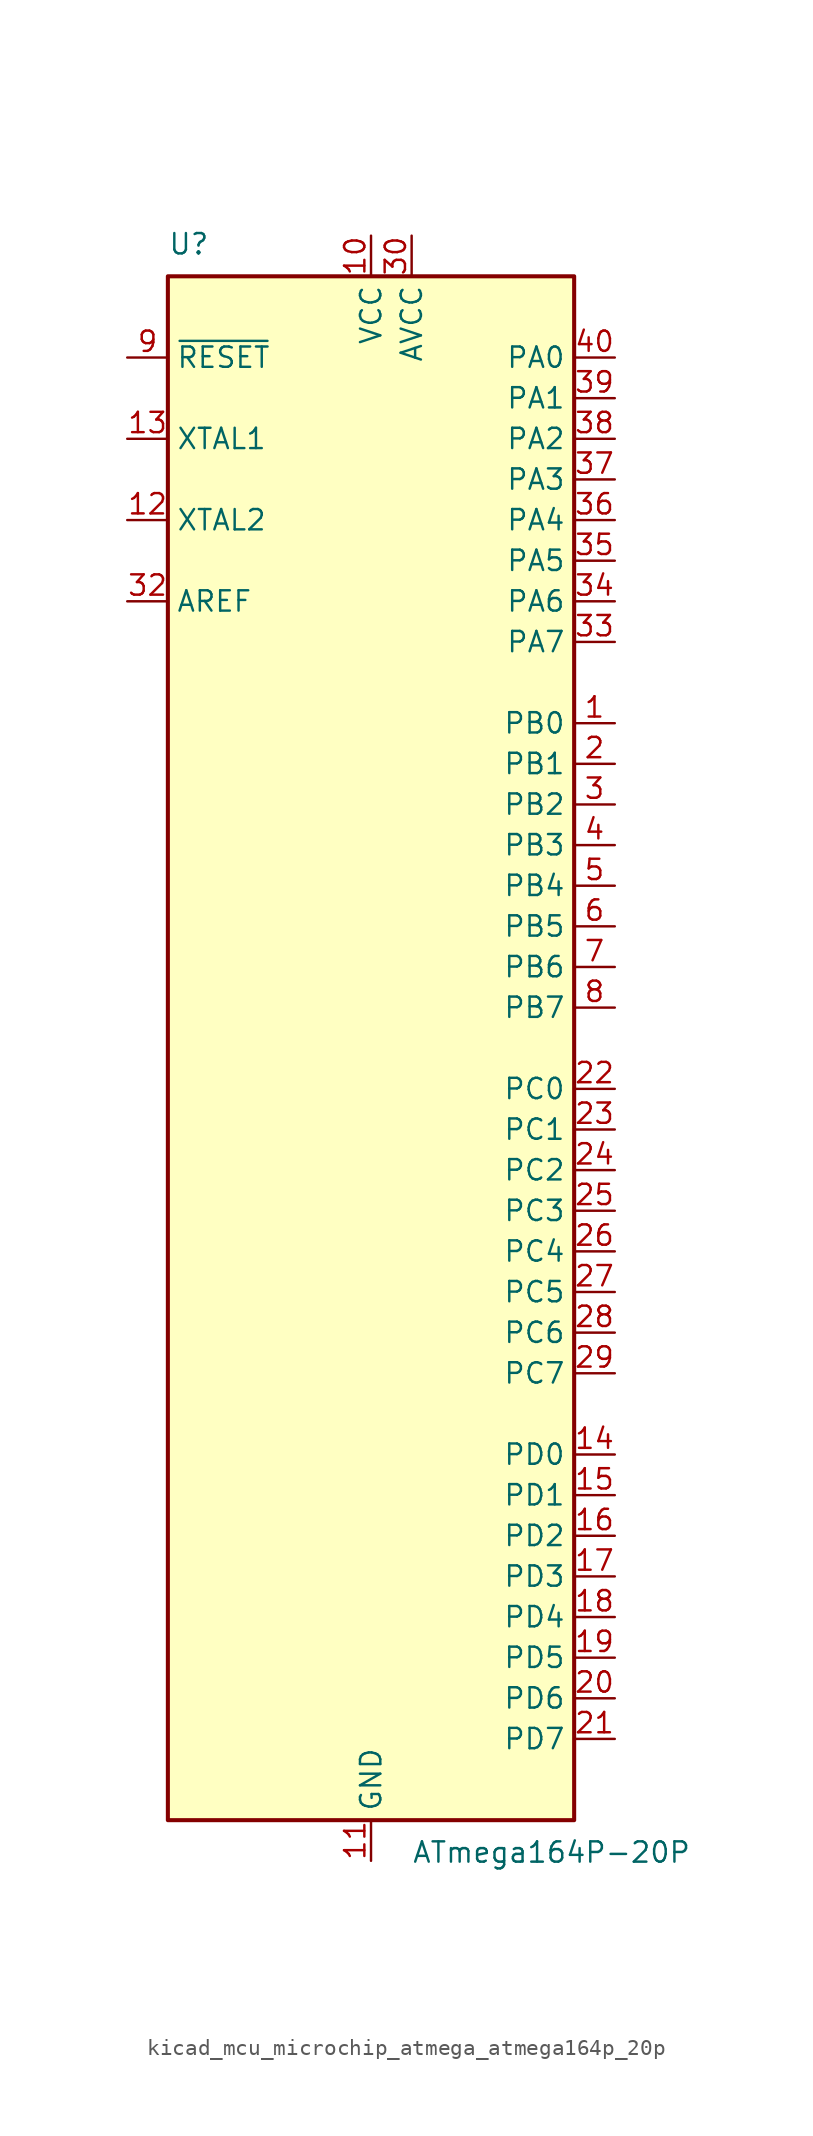
<source format=kicad_sym>
(kicad_symbol_lib
  (version 20220914)
  (generator kicad_symbol_editor)
  (symbol "kicad_mcu_microchip_atmega_atmega164p_20p"
    (property "Reference" "U"
      (at -12.7 49.53 0)
      (effects (font (size 1.27 1.27)) (justify left bottom)))
    (property "Value" "ATmega164P-20P"
      (at 2.54 -49.53 0)
      (effects (font (size 1.27 1.27)) (justify left top)))
    (symbol "kicad_mcu_microchip_atmega_atmega164p_20p_0_1"
      (rectangle (start -12.7 -48.26) (end 12.7 48.26) (stroke (width 0.254) (type default)) (fill (type background))))
    (symbol "kicad_mcu_microchip_atmega_atmega164p_20p_1_1"
      (pin bidirectional line (at 15.24 20.32 180) (length 2.54) (name "PB0" (effects (font (size 1.27 1.27)))) (number "1" (effects (font (size 1.27 1.27)))))
      (pin power_in line (at 0 50.8 270) (length 2.54) (name "VCC" (effects (font (size 1.27 1.27)))) (number "10" (effects (font (size 1.27 1.27)))))
      (pin power_in line (at 0 -50.8 90) (length 2.54) (name "GND" (effects (font (size 1.27 1.27)))) (number "11" (effects (font (size 1.27 1.27)))))
      (pin output line (at -15.24 33.02 0) (length 2.54) (name "XTAL2" (effects (font (size 1.27 1.27)))) (number "12" (effects (font (size 1.27 1.27)))))
      (pin input line (at -15.24 38.1 0) (length 2.54) (name "XTAL1" (effects (font (size 1.27 1.27)))) (number "13" (effects (font (size 1.27 1.27)))))
      (pin bidirectional line (at 15.24 -25.4 180) (length 2.54) (name "PD0" (effects (font (size 1.27 1.27)))) (number "14" (effects (font (size 1.27 1.27)))))
      (pin bidirectional line (at 15.24 -27.94 180) (length 2.54) (name "PD1" (effects (font (size 1.27 1.27)))) (number "15" (effects (font (size 1.27 1.27)))))
      (pin bidirectional line (at 15.24 -30.48 180) (length 2.54) (name "PD2" (effects (font (size 1.27 1.27)))) (number "16" (effects (font (size 1.27 1.27)))))
      (pin bidirectional line (at 15.24 -33.02 180) (length 2.54) (name "PD3" (effects (font (size 1.27 1.27)))) (number "17" (effects (font (size 1.27 1.27)))))
      (pin bidirectional line (at 15.24 -35.56 180) (length 2.54) (name "PD4" (effects (font (size 1.27 1.27)))) (number "18" (effects (font (size 1.27 1.27)))))
      (pin bidirectional line (at 15.24 -38.1 180) (length 2.54) (name "PD5" (effects (font (size 1.27 1.27)))) (number "19" (effects (font (size 1.27 1.27)))))
      (pin bidirectional line (at 15.24 17.78 180) (length 2.54) (name "PB1" (effects (font (size 1.27 1.27)))) (number "2" (effects (font (size 1.27 1.27)))))
      (pin bidirectional line (at 15.24 -40.64 180) (length 2.54) (name "PD6" (effects (font (size 1.27 1.27)))) (number "20" (effects (font (size 1.27 1.27)))))
      (pin bidirectional line (at 15.24 -43.18 180) (length 2.54) (name "PD7" (effects (font (size 1.27 1.27)))) (number "21" (effects (font (size 1.27 1.27)))))
      (pin bidirectional line (at 15.24 -2.54 180) (length 2.54) (name "PC0" (effects (font (size 1.27 1.27)))) (number "22" (effects (font (size 1.27 1.27)))))
      (pin bidirectional line (at 15.24 -5.08 180) (length 2.54) (name "PC1" (effects (font (size 1.27 1.27)))) (number "23" (effects (font (size 1.27 1.27)))))
      (pin bidirectional line (at 15.24 -7.62 180) (length 2.54) (name "PC2" (effects (font (size 1.27 1.27)))) (number "24" (effects (font (size 1.27 1.27)))))
      (pin bidirectional line (at 15.24 -10.16 180) (length 2.54) (name "PC3" (effects (font (size 1.27 1.27)))) (number "25" (effects (font (size 1.27 1.27)))))
      (pin bidirectional line (at 15.24 -12.7 180) (length 2.54) (name "PC4" (effects (font (size 1.27 1.27)))) (number "26" (effects (font (size 1.27 1.27)))))
      (pin bidirectional line (at 15.24 -15.24 180) (length 2.54) (name "PC5" (effects (font (size 1.27 1.27)))) (number "27" (effects (font (size 1.27 1.27)))))
      (pin bidirectional line (at 15.24 -17.78 180) (length 2.54) (name "PC6" (effects (font (size 1.27 1.27)))) (number "28" (effects (font (size 1.27 1.27)))))
      (pin bidirectional line (at 15.24 -20.32 180) (length 2.54) (name "PC7" (effects (font (size 1.27 1.27)))) (number "29" (effects (font (size 1.27 1.27)))))
      (pin bidirectional line (at 15.24 15.24 180) (length 2.54) (name "PB2" (effects (font (size 1.27 1.27)))) (number "3" (effects (font (size 1.27 1.27)))))
      (pin power_in line (at 2.54 50.8 270) (length 2.54) (name "AVCC" (effects (font (size 1.27 1.27)))) (number "30" (effects (font (size 1.27 1.27)))))
      (pin passive line (at 0 -50.8 90) (length 2.54) hide (name "GND" (effects (font (size 1.27 1.27)))) (number "31" (effects (font (size 1.27 1.27)))))
      (pin passive line (at -15.24 27.94 0) (length 2.54) (name "AREF" (effects (font (size 1.27 1.27)))) (number "32" (effects (font (size 1.27 1.27)))))
      (pin bidirectional line (at 15.24 25.4 180) (length 2.54) (name "PA7" (effects (font (size 1.27 1.27)))) (number "33" (effects (font (size 1.27 1.27)))))
      (pin bidirectional line (at 15.24 27.94 180) (length 2.54) (name "PA6" (effects (font (size 1.27 1.27)))) (number "34" (effects (font (size 1.27 1.27)))))
      (pin bidirectional line (at 15.24 30.48 180) (length 2.54) (name "PA5" (effects (font (size 1.27 1.27)))) (number "35" (effects (font (size 1.27 1.27)))))
      (pin bidirectional line (at 15.24 33.02 180) (length 2.54) (name "PA4" (effects (font (size 1.27 1.27)))) (number "36" (effects (font (size 1.27 1.27)))))
      (pin bidirectional line (at 15.24 35.56 180) (length 2.54) (name "PA3" (effects (font (size 1.27 1.27)))) (number "37" (effects (font (size 1.27 1.27)))))
      (pin bidirectional line (at 15.24 38.1 180) (length 2.54) (name "PA2" (effects (font (size 1.27 1.27)))) (number "38" (effects (font (size 1.27 1.27)))))
      (pin bidirectional line (at 15.24 40.64 180) (length 2.54) (name "PA1" (effects (font (size 1.27 1.27)))) (number "39" (effects (font (size 1.27 1.27)))))
      (pin bidirectional line (at 15.24 12.7 180) (length 2.54) (name "PB3" (effects (font (size 1.27 1.27)))) (number "4" (effects (font (size 1.27 1.27)))))
      (pin bidirectional line (at 15.24 43.18 180) (length 2.54) (name "PA0" (effects (font (size 1.27 1.27)))) (number "40" (effects (font (size 1.27 1.27)))))
      (pin bidirectional line (at 15.24 10.16 180) (length 2.54) (name "PB4" (effects (font (size 1.27 1.27)))) (number "5" (effects (font (size 1.27 1.27)))))
      (pin bidirectional line (at 15.24 7.62 180) (length 2.54) (name "PB5" (effects (font (size 1.27 1.27)))) (number "6" (effects (font (size 1.27 1.27)))))
      (pin bidirectional line (at 15.24 5.08 180) (length 2.54) (name "PB6" (effects (font (size 1.27 1.27)))) (number "7" (effects (font (size 1.27 1.27)))))
      (pin bidirectional line (at 15.24 2.54 180) (length 2.54) (name "PB7" (effects (font (size 1.27 1.27)))) (number "8" (effects (font (size 1.27 1.27)))))
      (pin input line (at -15.24 43.18 0) (length 2.54) (name "~{RESET}" (effects (font (size 1.27 1.27)))) (number "9" (effects (font (size 1.27 1.27))))))))
</source>
